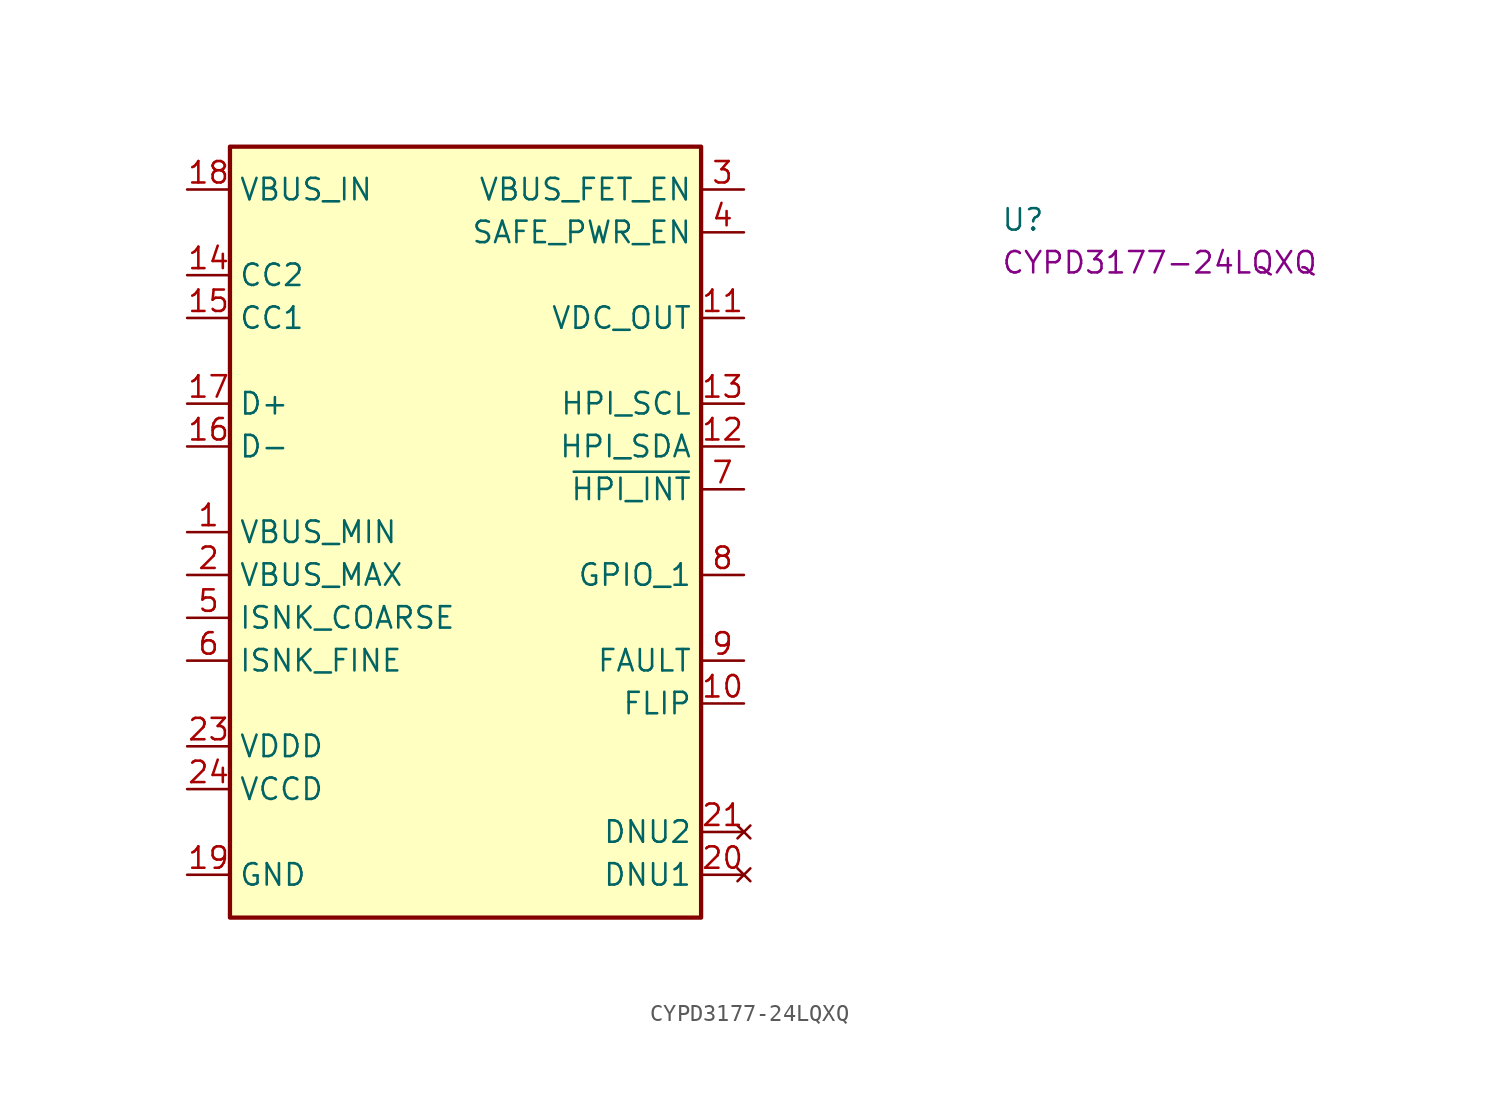
<source format=kicad_sym>
(kicad_symbol_lib
  (version 20220914)
  (generator kicad_symbol_editor)
  (symbol "CYPD3177-24LQXQ"
    (property "Reference" "U"
      (at 48.26 -2.54 0)
      (effects (font (size 1.27 1.27) (thickness 0.15)) (justify left bottom)))
    (property "MPN" "CYPD3177-24LQXQ"
      (at 48.26 -5.08 0)
      (effects (font (size 1.27 1.27) (thickness 0.15)) (justify left bottom)))
    (symbol "CYPD3177-24LQXQ_1_1"
      (rectangle (start 2.54 2.54) (end 30.48 -43.18) (stroke (width 0.254) (type default)) (fill (type background)))
      (pin input line (at 0 -20.32 0) (length 2.54) (name "VBUS_MIN" (effects (font (size 1.27 1.27)))) (number "1" (effects (font (size 1.27 1.27)))))
      (pin open_collector line (at 33.02 -30.48 180) (length 2.54) (name "FLIP" (effects (font (size 1.27 1.27)))) (number "10" (effects (font (size 1.27 1.27)))))
      (pin passive line (at 33.02 -7.62 180) (length 2.54) (name "VDC_OUT" (effects (font (size 1.27 1.27)))) (number "11" (effects (font (size 1.27 1.27)))))
      (pin passive line (at 33.02 -15.24 180) (length 2.54) (name "HPI_SDA" (effects (font (size 1.27 1.27)))) (number "12" (effects (font (size 1.27 1.27)))))
      (pin passive line (at 33.02 -12.7 180) (length 2.54) (name "HPI_SCL" (effects (font (size 1.27 1.27)))) (number "13" (effects (font (size 1.27 1.27)))))
      (pin passive line (at 0 -5.08 0) (length 2.54) (name "CC2" (effects (font (size 1.27 1.27)))) (number "14" (effects (font (size 1.27 1.27)))))
      (pin passive line (at 0 -7.62 0) (length 2.54) (name "CC1" (effects (font (size 1.27 1.27)))) (number "15" (effects (font (size 1.27 1.27)))))
      (pin passive line (at 0 -15.24 0) (length 2.54) (name "D-" (effects (font (size 1.27 1.27)))) (number "16" (effects (font (size 1.27 1.27)))))
      (pin passive line (at 0 -12.7 0) (length 2.54) (name "D+" (effects (font (size 1.27 1.27)))) (number "17" (effects (font (size 1.27 1.27)))))
      (pin power_in line (at 0 0 0) (length 2.54) (name "VBUS_IN" (effects (font (size 1.27 1.27)))) (number "18" (effects (font (size 1.27 1.27)))))
      (pin power_in line (at 0 -40.64 0) (length 2.54) (name "GND" (effects (font (size 1.27 1.27)))) (number "19" (effects (font (size 1.27 1.27)))))
      (pin input line (at 0 -22.86 0) (length 2.54) (name "VBUS_MAX" (effects (font (size 1.27 1.27)))) (number "2" (effects (font (size 1.27 1.27)))))
      (pin no_connect line (at 33.02 -40.64 180) (length 2.54) (name "DNU1" (effects (font (size 1.27 1.27)))) (number "20" (effects (font (size 1.27 1.27)))))
      (pin no_connect line (at 33.02 -38.1 180) (length 2.54) (name "DNU2" (effects (font (size 1.27 1.27)))) (number "21" (effects (font (size 1.27 1.27)))))
      (pin passive line (at 0 -40.64 0) (length 2.54) hide (name "GND" (effects (font (size 1.27 1.27)))) (number "22" (effects (font (size 1.27 1.27)))))
      (pin passive line (at 0 -33.02 0) (length 2.54) (name "VDDD" (effects (font (size 1.27 1.27)))) (number "23" (effects (font (size 1.27 1.27)))))
      (pin passive line (at 0 -35.56 0) (length 2.54) (name "VCCD" (effects (font (size 1.27 1.27)))) (number "24" (effects (font (size 1.27 1.27)))))
      (pin passive line (at 0 -40.64 0) (length 2.54) hide (name "GND" (effects (font (size 1.27 1.27)))) (number "25" (effects (font (size 1.27 1.27)))))
      (pin output line (at 33.02 0 180) (length 2.54) (name "VBUS_FET_EN" (effects (font (size 1.27 1.27)))) (number "3" (effects (font (size 1.27 1.27)))))
      (pin output line (at 33.02 -2.54 180) (length 2.54) (name "SAFE_PWR_EN" (effects (font (size 1.27 1.27)))) (number "4" (effects (font (size 1.27 1.27)))))
      (pin input line (at 0 -25.4 0) (length 2.54) (name "ISNK_COARSE" (effects (font (size 1.27 1.27)))) (number "5" (effects (font (size 1.27 1.27)))))
      (pin input line (at 0 -27.94 0) (length 2.54) (name "ISNK_FINE" (effects (font (size 1.27 1.27)))) (number "6" (effects (font (size 1.27 1.27)))))
      (pin passive line (at 33.02 -17.78 180) (length 2.54) (name "~{HPI_INT}" (effects (font (size 1.27 1.27)))) (number "7" (effects (font (size 1.27 1.27)))))
      (pin passive line (at 33.02 -22.86 180) (length 2.54) (name "GPIO_1" (effects (font (size 1.27 1.27)))) (number "8" (effects (font (size 1.27 1.27)))))
      (pin output line (at 33.02 -27.94 180) (length 2.54) (name "FAULT" (effects (font (size 1.27 1.27)))) (number "9" (effects (font (size 1.27 1.27))))))))
</source>
